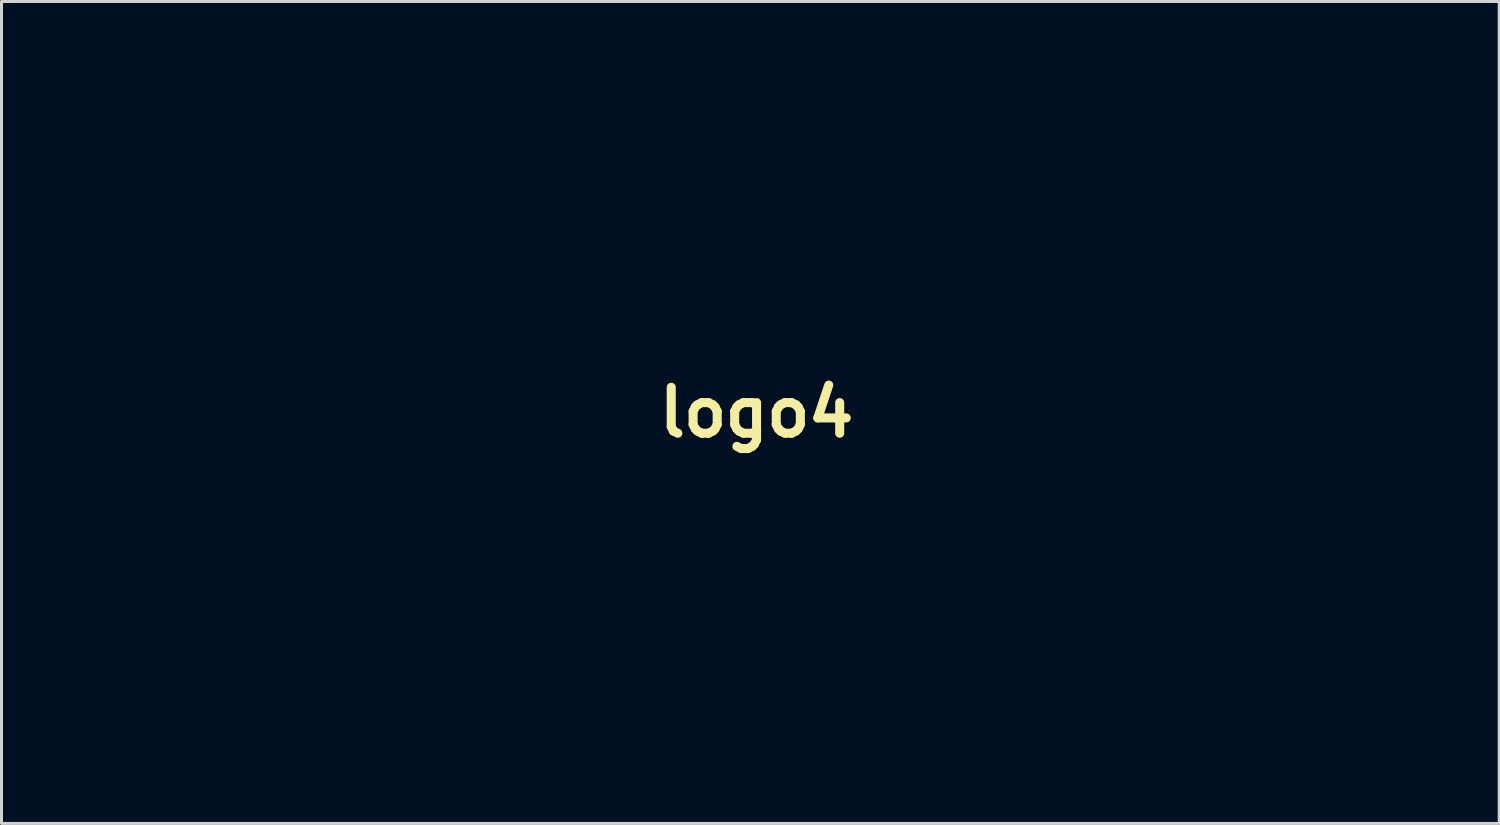
<source format=kicad_pcb>
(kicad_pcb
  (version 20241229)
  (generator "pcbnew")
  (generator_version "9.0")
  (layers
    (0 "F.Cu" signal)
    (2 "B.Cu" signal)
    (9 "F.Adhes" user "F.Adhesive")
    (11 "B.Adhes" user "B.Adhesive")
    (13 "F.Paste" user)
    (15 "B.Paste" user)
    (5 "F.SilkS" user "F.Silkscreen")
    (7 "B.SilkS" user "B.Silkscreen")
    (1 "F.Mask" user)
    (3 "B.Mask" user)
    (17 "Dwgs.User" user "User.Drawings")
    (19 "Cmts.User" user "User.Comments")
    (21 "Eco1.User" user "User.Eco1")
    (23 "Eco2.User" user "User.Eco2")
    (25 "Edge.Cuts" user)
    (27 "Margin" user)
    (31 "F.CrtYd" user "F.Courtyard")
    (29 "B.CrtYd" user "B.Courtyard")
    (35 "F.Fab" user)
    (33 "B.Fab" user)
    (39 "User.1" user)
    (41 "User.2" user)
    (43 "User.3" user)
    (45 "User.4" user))
  (footprint "logo4"
    (layer "F.Cu")
    (at 22.047 10.632)
    (property "Reference" "logo4" (at 0 0 0) (layer "F.SilkS") (effects (font (size 1.524 1.524) (thickness 0.3))))
    (attr through_hole)
    (fp_poly (pts (xy 17.661 10.627) (xy 14.905 10.627) (xy 14.905 -10.275) (xy 17.661 -10.275) (xy 17.661 10.627)) (stroke (width 0.01) (type solid)) (fill no) (layer "Eco2.User"))
    (fp_poly (pts (xy 21.63 10.627) (xy 18.874 10.627) (xy 18.874 -1.433) (xy 21.63 -1.433) (xy 21.63 10.627)) (stroke (width 0.01) (type solid)) (fill no) (layer "Eco2.User"))
    (fp_poly (pts (xy 12.706 3.932) (xy 12.914 3.967) (xy 13.115 4.039) (xy 13.152 4.057) (xy 13.362 4.181) (xy 13.548 4.338) (xy 13.704 4.521) (xy 13.828 4.725) (xy 13.913 4.945) (xy 13.922 4.977) (xy 13.943 5.098) (xy 13.954 5.245) (xy 13.955 5.401) (xy 13.946 5.551) (xy 13.926 5.678) (xy 13.922 5.696) (xy 13.841 5.926) (xy 13.724 6.133) (xy 13.577 6.314) (xy 13.402 6.467) (xy 13.204 6.59) (xy 12.988 6.678) (xy 12.756 6.73) (xy 12.513 6.744) (xy 12.358 6.731) (xy 12.147 6.683) (xy 11.94 6.595) (xy 11.746 6.475) (xy 11.575 6.327) (xy 11.472 6.208) (xy 11.339 5.999) (xy 11.247 5.778) (xy 11.195 5.55) (xy 11.18 5.319) (xy 11.204 5.09) (xy 11.264 4.867) (xy 11.36 4.655) (xy 11.492 4.458) (xy 11.658 4.281) (xy 11.831 4.147) (xy 12.02 4.041) (xy 12.219 3.971) (xy 12.439 3.935) (xy 12.481 3.931) (xy 12.706 3.932)) (stroke (width 0.01) (type solid)) (fill no) (layer "Eco2.User"))
    (fp_poly (pts (xy 20.379 -5.328) (xy 20.587 -5.293) (xy 20.788 -5.221) (xy 20.825 -5.204) (xy 21.035 -5.079) (xy 21.221 -4.923) (xy 21.377 -4.74) (xy 21.501 -4.536) (xy 21.586 -4.316) (xy 21.595 -4.283) (xy 21.616 -4.163) (xy 21.627 -4.016) (xy 21.628 -3.859) (xy 21.619 -3.709) (xy 21.599 -3.583) (xy 21.595 -3.564) (xy 21.513 -3.335) (xy 21.397 -3.128) (xy 21.25 -2.946) (xy 21.075 -2.793) (xy 20.877 -2.671) (xy 20.661 -2.582) (xy 20.429 -2.53) (xy 20.186 -2.517) (xy 20.031 -2.529) (xy 19.82 -2.578) (xy 19.613 -2.665) (xy 19.419 -2.786) (xy 19.247 -2.934) (xy 19.145 -3.053) (xy 19.012 -3.261) (xy 18.92 -3.482) (xy 18.868 -3.71) (xy 18.853 -3.941) (xy 18.877 -4.17) (xy 18.937 -4.394) (xy 19.033 -4.606) (xy 19.165 -4.802) (xy 19.331 -4.979) (xy 19.504 -5.114) (xy 19.693 -5.22) (xy 19.892 -5.289) (xy 20.112 -5.326) (xy 20.154 -5.329) (xy 20.379 -5.328)) (stroke (width 0.01) (type solid)) (fill no) (layer "Eco2.User"))
    (fp_poly (pts (xy 8.835 -1.433) (xy 9.324 -1.433) (xy 9.8 -1.433) (xy 10.26 -1.433) (xy 10.703 -1.432) (xy 11.127 -1.432) (xy 11.531 -1.431) (xy 11.912 -1.431) (xy 12.268 -1.43) (xy 12.598 -1.43) (xy 12.9 -1.429) (xy 13.173 -1.428) (xy 13.413 -1.428) (xy 13.62 -1.427) (xy 13.792 -1.426) (xy 13.926 -1.425) (xy 14.022 -1.424) (xy 14.076 -1.423) (xy 14.089 -1.423) (xy 14.075 -1.404) (xy 14.036 -1.354) (xy 13.973 -1.276) (xy 13.888 -1.171) (xy 13.784 -1.042) (xy 13.663 -0.893) (xy 13.527 -0.725) (xy 13.377 -0.541) (xy 13.217 -0.344) (xy 13.048 -0.137) (xy 13.013 -0.094) (xy 12.885 0.062) (xy 12.732 0.249) (xy 12.556 0.465) (xy 12.357 0.708) (xy 12.14 0.975) (xy 11.905 1.262) (xy 11.655 1.569) (xy 11.391 1.891) (xy 11.117 2.227) (xy 10.834 2.574) (xy 10.544 2.929) (xy 10.249 3.29) (xy 9.952 3.654) (xy 9.654 4.019) (xy 9.358 4.381) (xy 9.173 4.608) (xy 6.411 7.993) (xy 9.941 7.998) (xy 13.472 8.004) (xy 13.472 10.627) (xy 7.206 10.627) (xy 6.584 10.627) (xy 6.004 10.627) (xy 5.465 10.627) (xy 4.965 10.627) (xy 4.504 10.627) (xy 4.08 10.627) (xy 3.69 10.627) (xy 3.334 10.626) (xy 3.01 10.626) (xy 2.717 10.625) (xy 2.453 10.625) (xy 2.217 10.624) (xy 2.007 10.623) (xy 1.821 10.622) (xy 1.659 10.621) (xy 1.518 10.619) (xy 1.398 10.618) (xy 1.296 10.616) (xy 1.211 10.614) (xy 1.142 10.612) (xy 1.088 10.61) (xy 1.046 10.608) (xy 1.015 10.605) (xy 0.993 10.602) (xy 0.98 10.599) (xy 0.974 10.595) (xy 0.973 10.592) (xy 0.975 10.589) (xy 0.992 10.569) (xy 1.035 10.516) (xy 1.104 10.431) (xy 1.197 10.317) (xy 1.314 10.174) (xy 1.453 10.004) (xy 1.613 9.808) (xy 1.792 9.588) (xy 1.991 9.345) (xy 2.207 9.08) (xy 2.44 8.794) (xy 2.687 8.491) (xy 2.95 8.169) (xy 3.225 7.832) (xy 3.512 7.48) (xy 3.81 7.115) (xy 4.117 6.738) (xy 4.433 6.35) (xy 4.756 5.954) (xy 4.828 5.865) (xy 8.648 1.18) (xy 5.614 1.174) (xy 2.58 1.168) (xy 2.58 -1.433) (xy 8.334 -1.433) (xy 8.835 -1.433)) (stroke (width 0.01) (type solid)) (fill no) (layer "Eco2.User"))
    (fp_poly (pts (xy -10.319 10.539) (xy -13.096 10.539) (xy -13.102 10.134) (xy -13.108 9.728) (xy -13.337 9.869) (xy -13.653 10.048) (xy -13.976 10.207) (xy -14.296 10.34) (xy -14.604 10.445) (xy -14.744 10.483) (xy -14.87 10.513) (xy -14.985 10.539) (xy -15.096 10.559) (xy -15.208 10.576) (xy -15.327 10.589) (xy -15.459 10.599) (xy -15.61 10.606) (xy -15.786 10.611) (xy -15.993 10.614) (xy -16.237 10.617) (xy -16.294 10.617) (xy -16.488 10.618) (xy -16.671 10.619) (xy -16.836 10.619) (xy -16.98 10.619) (xy -17.096 10.618) (xy -17.18 10.616) (xy -17.226 10.615) (xy -17.231 10.614) (xy -17.282 10.608) (xy -17.363 10.598) (xy -17.46 10.587) (xy -17.507 10.581) (xy -17.71 10.55) (xy -17.934 10.501) (xy -18.163 10.439) (xy -18.38 10.37) (xy -18.535 10.31) (xy -18.819 10.176) (xy -19.097 10.015) (xy -19.374 9.823) (xy -19.654 9.598) (xy -19.942 9.336) (xy -20.064 9.216) (xy -20.288 8.986) (xy -20.483 8.77) (xy -20.658 8.557) (xy -20.822 8.337) (xy -20.959 8.136) (xy -21.219 7.707) (xy -21.442 7.264) (xy -21.629 6.805) (xy -21.78 6.327) (xy -21.897 5.827) (xy -21.979 5.304) (xy -22.029 4.754) (xy -22.042 4.431) (xy -22.042 4.41) (xy -19.622 4.41) (xy -19.595 4.822) (xy -19.537 5.225) (xy -19.511 5.351) (xy -19.409 5.736) (xy -19.275 6.101) (xy -19.11 6.441) (xy -18.916 6.757) (xy -18.696 7.045) (xy -18.451 7.304) (xy -18.184 7.531) (xy -17.896 7.724) (xy -17.589 7.881) (xy -17.266 8) (xy -16.933 8.078) (xy -16.832 8.095) (xy -16.739 8.11) (xy -16.668 8.12) (xy -16.647 8.123) (xy -16.567 8.128) (xy -16.455 8.129) (xy -16.32 8.127) (xy -16.173 8.121) (xy -16.025 8.114) (xy -15.886 8.104) (xy -15.768 8.092) (xy -15.688 8.081) (xy -15.321 7.996) (xy -14.975 7.872) (xy -14.65 7.71) (xy -14.349 7.513) (xy -14.072 7.28) (xy -13.82 7.012) (xy -13.596 6.712) (xy -13.4 6.38) (xy -13.233 6.017) (xy -13.215 5.97) (xy -13.097 5.611) (xy -13.01 5.228) (xy -12.954 4.827) (xy -12.928 4.416) (xy -12.934 4.002) (xy -12.97 3.591) (xy -13.038 3.192) (xy -13.137 2.811) (xy -13.152 2.764) (xy -13.225 2.566) (xy -13.32 2.35) (xy -13.429 2.132) (xy -13.545 1.926) (xy -13.659 1.749) (xy -13.664 1.742) (xy -13.74 1.642) (xy -13.836 1.527) (xy -13.939 1.411) (xy -14.034 1.312) (xy -14.306 1.068) (xy -14.596 0.864) (xy -14.905 0.698) (xy -15.235 0.57) (xy -15.588 0.48) (xy -15.964 0.426) (xy -16.049 0.419) (xy -16.434 0.412) (xy -16.805 0.445) (xy -17.16 0.517) (xy -17.498 0.63) (xy -17.818 0.782) (xy -17.912 0.836) (xy -18.196 1.033) (xy -18.463 1.267) (xy -18.711 1.533) (xy -18.934 1.826) (xy -19.13 2.142) (xy -19.294 2.475) (xy -19.422 2.821) (xy -19.426 2.833) (xy -19.52 3.199) (xy -19.584 3.59) (xy -19.618 3.996) (xy -19.622 4.41) (xy -22.042 4.41) (xy -22.038 3.846) (xy -21.997 3.282) (xy -21.917 2.741) (xy -21.799 2.221) (xy -21.643 1.722) (xy -21.448 1.244) (xy -21.215 0.787) (xy -20.943 0.349) (xy -20.632 -0.069) (xy -20.487 -0.243) (xy -20.196 -0.566) (xy -19.917 -0.851) (xy -19.647 -1.099) (xy -19.38 -1.314) (xy -19.113 -1.497) (xy -18.842 -1.652) (xy -18.564 -1.781) (xy -18.274 -1.885) (xy -17.968 -1.969) (xy -17.642 -2.033) (xy -17.611 -2.038) (xy -17.401 -2.066) (xy -17.16 -2.089) (xy -16.898 -2.107) (xy -16.624 -2.119) (xy -16.348 -2.125) (xy -16.078 -2.125) (xy -15.824 -2.119) (xy -15.593 -2.107) (xy -15.397 -2.088) (xy -15.379 -2.085) (xy -14.97 -2.013) (xy -14.571 -1.906) (xy -14.177 -1.764) (xy -13.783 -1.583) (xy -13.383 -1.361) (xy -13.361 -1.348) (xy -13.108 -1.195) (xy -13.097 -10.627) (xy -10.319 -10.627) (xy -10.319 10.539)) (stroke (width 0.01) (type solid)) (fill no) (layer "Eco2.User"))
    (fp_poly (pts (xy -3.334 -2.098) (xy -3.009 -2.081) (xy -2.708 -2.05) (xy -2.422 -2.005) (xy -2.141 -1.945) (xy -1.857 -1.867) (xy -1.665 -1.806) (xy -1.233 -1.641) (xy -0.827 -1.442) (xy -0.444 -1.207) (xy -0.083 -0.934) (xy 0.262 -0.621) (xy 0.277 -0.607) (xy 0.595 -0.259) (xy 0.88 0.116) (xy 1.131 0.519) (xy 1.35 0.951) (xy 1.537 1.411) (xy 1.691 1.902) (xy 1.795 2.33) (xy 1.853 2.646) (xy 1.902 2.99) (xy 1.94 3.35) (xy 1.966 3.714) (xy 1.98 4.072) (xy 1.982 4.411) (xy 1.97 4.702) (xy 1.956 4.917) (xy -6.554 4.917) (xy -6.538 5.098) (xy -6.485 5.485) (xy -6.392 5.865) (xy -6.264 6.232) (xy -6.101 6.578) (xy -5.935 6.857) (xy -5.851 6.971) (xy -5.743 7.099) (xy -5.62 7.233) (xy -5.489 7.364) (xy -5.361 7.483) (xy -5.243 7.582) (xy -5.168 7.636) (xy -4.881 7.803) (xy -4.585 7.933) (xy -4.275 8.028) (xy -3.946 8.089) (xy -3.593 8.118) (xy -3.44 8.12) (xy -3.089 8.107) (xy -2.77 8.067) (xy -2.476 7.996) (xy -2.204 7.895) (xy -1.949 7.76) (xy -1.705 7.591) (xy -1.476 7.393) (xy -1.294 7.209) (xy -1.111 7.005) (xy -0.924 6.775) (xy -0.73 6.514) (xy -0.524 6.219) (xy -0.451 6.111) (xy -0.384 6.012) (xy -0.325 5.928) (xy -0.277 5.864) (xy -0.246 5.827) (xy -0.238 5.821) (xy -0.217 5.831) (xy -0.161 5.861) (xy -0.076 5.908) (xy 0.036 5.97) (xy 0.17 6.044) (xy 0.321 6.128) (xy 0.487 6.221) (xy 0.662 6.318) (xy 0.843 6.42) (xy 1.026 6.522) (xy 1.206 6.623) (xy 1.38 6.721) (xy 1.543 6.813) (xy 1.692 6.896) (xy 1.821 6.97) (xy 1.928 7.03) (xy 2.007 7.076) (xy 2.056 7.104) (xy 2.069 7.113) (xy 2.064 7.135) (xy 2.037 7.189) (xy 1.991 7.269) (xy 1.929 7.369) (xy 1.855 7.484) (xy 1.772 7.611) (xy 1.684 7.742) (xy 1.594 7.874) (xy 1.505 8.001) (xy 1.421 8.119) (xy 1.344 8.221) (xy 1.326 8.244) (xy 0.983 8.656) (xy 0.63 9.026) (xy 0.265 9.355) (xy -0.113 9.644) (xy -0.506 9.893) (xy -0.916 10.104) (xy -1.344 10.278) (xy -1.792 10.415) (xy -2.261 10.516) (xy -2.459 10.548) (xy -2.681 10.575) (xy -2.923 10.597) (xy -3.176 10.613) (xy -3.427 10.622) (xy -3.665 10.625) (xy -3.878 10.62) (xy -4.002 10.613) (xy -4.42 10.571) (xy -4.803 10.515) (xy -5.159 10.442) (xy -5.496 10.351) (xy -5.821 10.239) (xy -6.142 10.105) (xy -6.229 10.065) (xy -6.637 9.849) (xy -7.025 9.594) (xy -7.391 9.305) (xy -7.733 8.982) (xy -8.048 8.63) (xy -8.334 8.249) (xy -8.588 7.844) (xy -8.81 7.416) (xy -8.995 6.968) (xy -9.003 6.945) (xy -9.132 6.554) (xy -9.236 6.162) (xy -9.317 5.762) (xy -9.375 5.345) (xy -9.413 4.904) (xy -9.43 4.487) (xy -9.427 3.887) (xy -9.39 3.313) (xy -9.319 2.766) (xy -9.29 2.624) (xy -6.373 2.624) (xy -0.863 2.624) (xy -0.904 2.486) (xy -1.017 2.149) (xy -1.149 1.848) (xy -1.302 1.579) (xy -1.48 1.335) (xy -1.663 1.134) (xy -1.88 0.94) (xy -2.11 0.779) (xy -2.358 0.65) (xy -2.629 0.549) (xy -2.931 0.473) (xy -3.064 0.449) (xy -3.219 0.43) (xy -3.4 0.418) (xy -3.594 0.414) (xy -3.787 0.417) (xy -3.965 0.427) (xy -4.116 0.445) (xy -4.134 0.448) (xy -4.472 0.53) (xy -4.791 0.65) (xy -5.09 0.809) (xy -5.365 1.004) (xy -5.617 1.234) (xy -5.841 1.498) (xy -6.038 1.793) (xy -6.135 1.973) (xy -6.182 2.073) (xy -6.232 2.195) (xy -6.281 2.324) (xy -6.324 2.446) (xy -6.354 2.546) (xy -6.358 2.563) (xy -6.373 2.624) (xy -9.29 2.624) (xy -9.213 2.244) (xy -9.072 1.746) (xy -8.896 1.272) (xy -8.684 0.819) (xy -8.567 0.603) (xy -8.302 0.182) (xy -8.008 -0.206) (xy -7.687 -0.561) (xy -7.34 -0.881) (xy -6.968 -1.166) (xy -6.572 -1.415) (xy -6.154 -1.627) (xy -5.713 -1.801) (xy -5.252 -1.936) (xy -5.046 -1.983) (xy -4.854 -2.02) (xy -4.678 -2.049) (xy -4.508 -2.071) (xy -4.333 -2.086) (xy -4.144 -2.096) (xy -3.931 -2.102) (xy -3.693 -2.103) (xy -3.334 -2.098)) (stroke (width 0.01) (type solid)) (fill no) (layer "Eco2.User")))
  (gr_rect
    (start -3 -3)
    (end 46.682 24.265)
    (stroke (width 0.1) (type default))
    (fill no)
    (layer "Edge.Cuts")))
</source>
